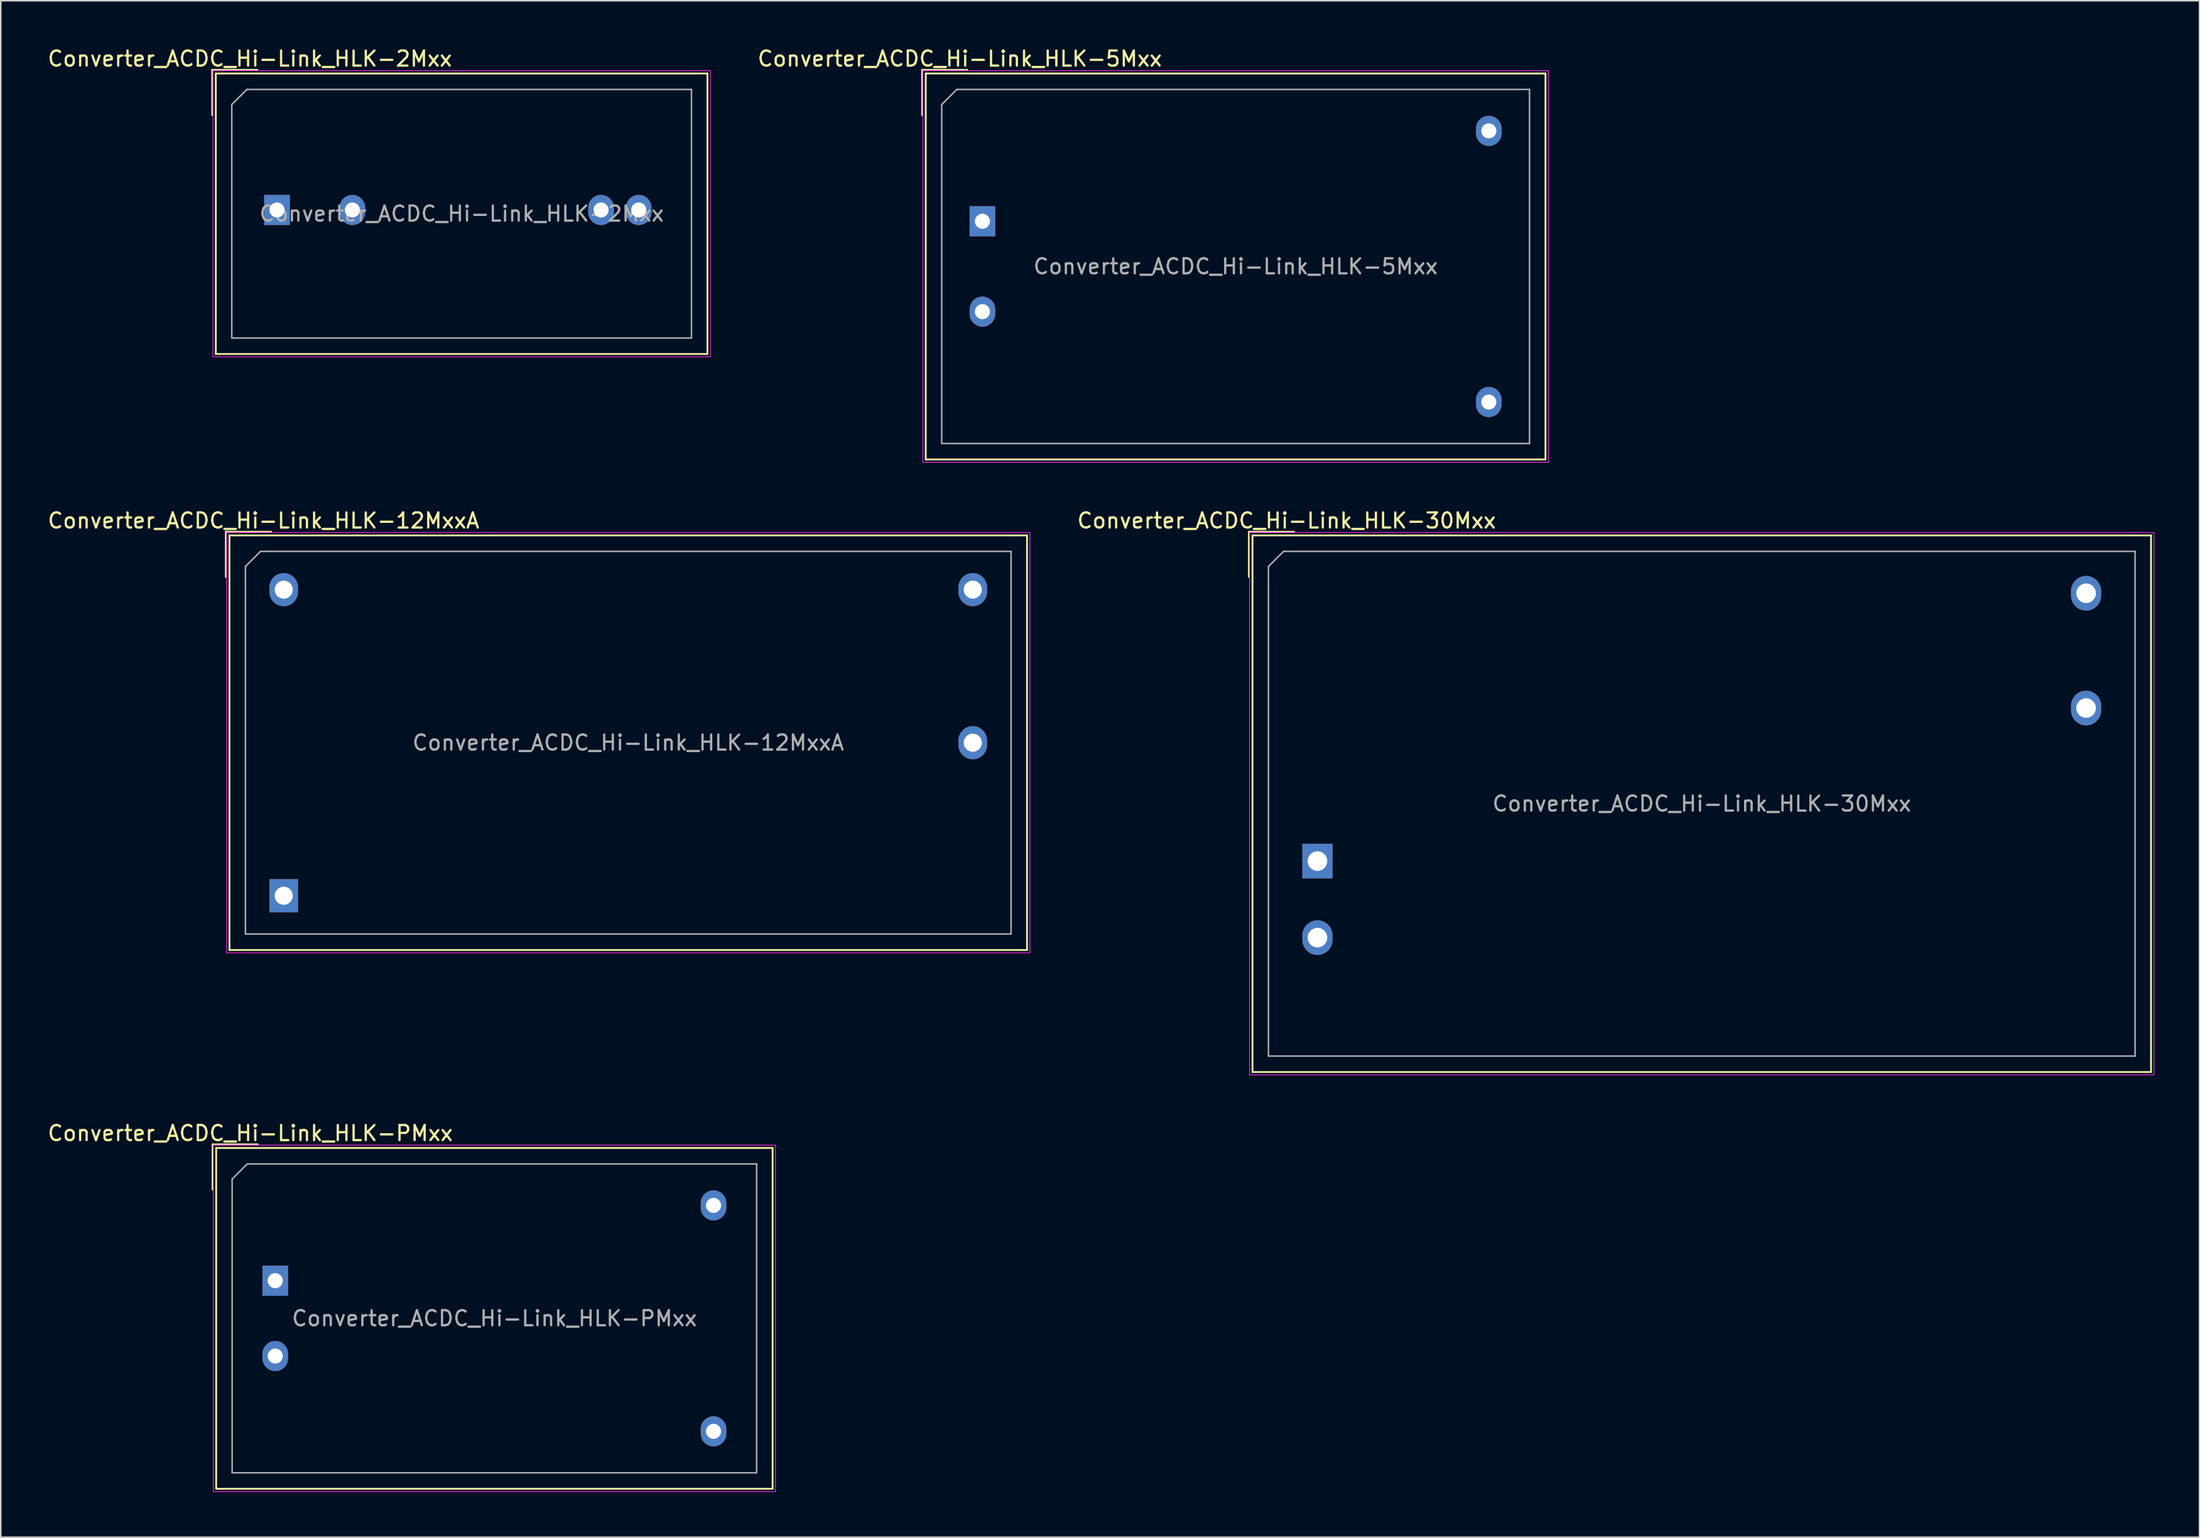
<source format=kicad_pcb>
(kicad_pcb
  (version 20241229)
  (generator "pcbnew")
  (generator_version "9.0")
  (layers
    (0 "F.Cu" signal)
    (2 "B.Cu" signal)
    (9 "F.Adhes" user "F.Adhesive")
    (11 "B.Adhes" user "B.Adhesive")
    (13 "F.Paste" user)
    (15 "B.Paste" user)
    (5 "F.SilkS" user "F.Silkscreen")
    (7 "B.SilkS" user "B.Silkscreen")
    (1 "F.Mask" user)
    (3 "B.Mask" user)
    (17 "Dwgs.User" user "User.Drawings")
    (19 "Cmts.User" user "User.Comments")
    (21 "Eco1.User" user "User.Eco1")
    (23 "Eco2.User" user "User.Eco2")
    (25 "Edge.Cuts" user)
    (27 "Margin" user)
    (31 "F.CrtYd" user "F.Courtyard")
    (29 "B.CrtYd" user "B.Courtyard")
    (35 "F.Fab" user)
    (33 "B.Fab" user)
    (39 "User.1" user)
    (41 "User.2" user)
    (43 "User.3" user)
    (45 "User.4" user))
  (footprint "Converter_ACDC_Hi-Link_HLK-12MxxA"
    (layer "F.Cu")
    (at 15.775 56.411)
    (property "Reference" "Converter_ACDC_Hi-Link_HLK-12MxxA" (at -1.34 -24.9 0) (layer "F.SilkS") (effects (font (size 1 1) (thickness 0.15))))
    (attr through_hole)
    (fp_line (start -3.84 -24.16) (end -0.84 -24.16) (stroke (width 0.12) (type solid)) (layer "F.SilkS"))
    (fp_line (start -3.84 -21.16) (end -3.84 -24.16) (stroke (width 0.12) (type solid)) (layer "F.SilkS"))
    (fp_line (start -3.6 -23.92) (end -3.6 3.6) (stroke (width 0.12) (type solid)) (layer "F.SilkS"))
    (fp_line (start -3.6 -23.92) (end 49.32 -23.92) (stroke (width 0.12) (type solid)) (layer "F.SilkS"))
    (fp_line (start -3.6 3.6) (end 49.32 3.6) (stroke (width 0.12) (type solid)) (layer "F.SilkS"))
    (fp_line (start 49.32 -23.92) (end 49.32 3.6) (stroke (width 0.12) (type solid)) (layer "F.SilkS"))
    (fp_line (start -3.79 -24.11) (end -3.79 3.79) (stroke (width 0.05) (type solid)) (layer "F.CrtYd"))
    (fp_line (start -3.79 -24.11) (end 49.51 -24.11) (stroke (width 0.05) (type solid)) (layer "F.CrtYd"))
    (fp_line (start -3.79 3.79) (end 49.51 3.79) (stroke (width 0.05) (type solid)) (layer "F.CrtYd"))
    (fp_line (start 49.51 -24.11) (end 49.51 3.79) (stroke (width 0.05) (type solid)) (layer "F.CrtYd"))
    (fp_line (start -2.54 -21.86) (end -1.54 -22.86) (stroke (width 0.1) (type solid)) (layer "F.Fab"))
    (fp_line (start -2.54 2.54) (end -2.54 -21.86) (stroke (width 0.1) (type solid)) (layer "F.Fab"))
    (fp_line (start -1.54 -22.86) (end 48.26 -22.86) (stroke (width 0.1) (type solid)) (layer "F.Fab"))
    (fp_line (start 48.26 -22.86) (end 48.26 2.54) (stroke (width 0.1) (type solid)) (layer "F.Fab"))
    (fp_line (start 48.26 2.54) (end -2.54 2.54) (stroke (width 0.1) (type solid)) (layer "F.Fab"))
    (fp_text user "${REFERENCE}" (at 22.86 -10.16 0) (layer "F.Fab") (effects (font (size 1 1) (thickness 0.15))))
    (pad "1" thru_hole rect (at 0 0) (size 1.9 2.2) (drill 1.2) (layers "*.Cu" "*.Mask"))
    (pad "2" thru_hole oval (at 0 -20.32) (size 1.9 2.2) (drill 1.2) (layers "*.Cu" "*.Mask"))
    (pad "3" thru_hole oval (at 45.72 -20.32) (size 1.9 2.2) (drill 1.2) (layers "*.Cu" "*.Mask"))
    (pad "4" thru_hole oval (at 45.72 -10.16) (size 1.9 2.2) (drill 1.2) (layers "*.Cu" "*.Mask")))
  (footprint "Converter_ACDC_Hi-Link_HLK-2Mxx"
    (layer "F.Cu")
    (at 15.33 10.888)
    (property "Reference" "Converter_ACDC_Hi-Link_HLK-2Mxx" (at -1.8 -10.04 0) (layer "F.SilkS") (effects (font (size 1 1) (thickness 0.15))))
    (attr through_hole)
    (fp_line (start -4.3 -9.3) (end -1.3 -9.3) (stroke (width 0.12) (type solid)) (layer "F.SilkS"))
    (fp_line (start -4.3 -6.3) (end -4.3 -9.3) (stroke (width 0.12) (type solid)) (layer "F.SilkS"))
    (fp_line (start -4.06 -9.06) (end -4.06 9.56) (stroke (width 0.12) (type solid)) (layer "F.SilkS"))
    (fp_line (start -4.06 -9.06) (end 28.56 -9.06) (stroke (width 0.12) (type solid)) (layer "F.SilkS"))
    (fp_line (start -4.06 9.56) (end 28.56 9.56) (stroke (width 0.12) (type solid)) (layer "F.SilkS"))
    (fp_line (start 28.56 -9.06) (end 28.56 9.56) (stroke (width 0.12) (type solid)) (layer "F.SilkS"))
    (fp_line (start -4.25 -9.25) (end -4.25 9.75) (stroke (width 0.05) (type solid)) (layer "F.CrtYd"))
    (fp_line (start -4.25 -9.25) (end 28.75 -9.25) (stroke (width 0.05) (type solid)) (layer "F.CrtYd"))
    (fp_line (start -4.25 9.75) (end 28.75 9.75) (stroke (width 0.05) (type solid)) (layer "F.CrtYd"))
    (fp_line (start 28.75 -9.25) (end 28.75 9.75) (stroke (width 0.05) (type solid)) (layer "F.CrtYd"))
    (fp_line (start -3 -7) (end -2 -8) (stroke (width 0.1) (type solid)) (layer "F.Fab"))
    (fp_line (start -3 8.5) (end -3 -7) (stroke (width 0.1) (type solid)) (layer "F.Fab"))
    (fp_line (start -2 -8) (end 27.5 -8) (stroke (width 0.1) (type solid)) (layer "F.Fab"))
    (fp_line (start 27.5 -8) (end 27.5 8.5) (stroke (width 0.1) (type solid)) (layer "F.Fab"))
    (fp_line (start 27.5 8.5) (end -3 8.5) (stroke (width 0.1) (type solid)) (layer "F.Fab"))
    (fp_text user "${REFERENCE}" (at 12.25 0.25 0) (layer "F.Fab") (effects (font (size 1 1) (thickness 0.15))))
    (pad "1" thru_hole rect (at 0 0) (size 1.7 2) (drill 1) (layers "*.Cu" "*.Mask"))
    (pad "2" thru_hole oval (at 5 0) (size 1.7 2) (drill 1) (layers "*.Cu" "*.Mask"))
    (pad "3" thru_hole oval (at 21.5 0) (size 1.7 2) (drill 1) (layers "*.Cu" "*.Mask"))
    (pad "4" thru_hole oval (at 24 0) (size 1.7 2) (drill 1) (layers "*.Cu" "*.Mask")))
  (footprint "Converter_ACDC_Hi-Link_HLK-30Mxx"
    (layer "F.Cu")
    (at 84.365 54.111)
    (property "Reference" "Converter_ACDC_Hi-Link_HLK-30Mxx" (at -2.05 -22.6 0) (layer "F.SilkS") (effects (font (size 1 1) (thickness 0.15))))
    (attr through_hole)
    (fp_line (start -4.55 -21.86) (end -1.55 -21.86) (stroke (width 0.12) (type solid)) (layer "F.SilkS"))
    (fp_line (start -4.55 -18.86) (end -4.55 -21.86) (stroke (width 0.12) (type solid)) (layer "F.SilkS"))
    (fp_line (start -4.31 -21.62) (end -4.31 14) (stroke (width 0.12) (type solid)) (layer "F.SilkS"))
    (fp_line (start -4.31 -21.62) (end 55.31 -21.62) (stroke (width 0.12) (type solid)) (layer "F.SilkS"))
    (fp_line (start -4.31 14) (end 55.31 14) (stroke (width 0.12) (type solid)) (layer "F.SilkS"))
    (fp_line (start 55.31 -21.62) (end 55.31 14) (stroke (width 0.12) (type solid)) (layer "F.SilkS"))
    (fp_line (start -4.5 -21.81) (end -4.5 14.19) (stroke (width 0.05) (type solid)) (layer "F.CrtYd"))
    (fp_line (start -4.5 -21.81) (end 55.5 -21.81) (stroke (width 0.05) (type solid)) (layer "F.CrtYd"))
    (fp_line (start -4.5 14.19) (end 55.5 14.19) (stroke (width 0.05) (type solid)) (layer "F.CrtYd"))
    (fp_line (start 55.5 -21.81) (end 55.5 14.19) (stroke (width 0.05) (type solid)) (layer "F.CrtYd"))
    (fp_line (start -3.25 -19.56) (end -2.25 -20.56) (stroke (width 0.1) (type solid)) (layer "F.Fab"))
    (fp_line (start -3.25 12.94) (end -3.25 -19.56) (stroke (width 0.1) (type solid)) (layer "F.Fab"))
    (fp_line (start -2.25 -20.56) (end 54.25 -20.56) (stroke (width 0.1) (type solid)) (layer "F.Fab"))
    (fp_line (start 54.25 -20.56) (end 54.25 12.94) (stroke (width 0.1) (type solid)) (layer "F.Fab"))
    (fp_line (start 54.25 12.94) (end -3.25 12.94) (stroke (width 0.1) (type solid)) (layer "F.Fab"))
    (fp_text user "${REFERENCE}" (at 25.5 -3.81 0) (layer "F.Fab") (effects (font (size 1 1) (thickness 0.15))))
    (pad "1" thru_hole rect (at 0 0) (size 2 2.3) (drill 1.3) (layers "*.Cu" "*.Mask"))
    (pad "2" thru_hole oval (at 0 5.08) (size 2 2.3) (drill 1.3) (layers "*.Cu" "*.Mask"))
    (pad "3" thru_hole oval (at 51 -17.78) (size 2 2.3) (drill 1.3) (layers "*.Cu" "*.Mask"))
    (pad "6" thru_hole oval (at 51 -10.16) (size 2 2.3) (drill 1.3) (layers "*.Cu" "*.Mask")))
  (footprint "Converter_ACDC_Hi-Link_HLK-PMxx"
    (layer "F.Cu")
    (at 15.214 81.965)
    (property "Reference" "Converter_ACDC_Hi-Link_HLK-PMxx" (at -1.66 -9.79 0) (layer "F.SilkS") (effects (font (size 1 1) (thickness 0.15))))
    (attr through_hole)
    (fp_line (start -4.16 -9.05) (end -1.16 -9.05) (stroke (width 0.12) (type solid)) (layer "F.SilkS"))
    (fp_line (start -4.16 -6.05) (end -4.16 -9.05) (stroke (width 0.12) (type solid)) (layer "F.SilkS"))
    (fp_line (start -3.92 -8.81) (end -3.92 13.81) (stroke (width 0.12) (type solid)) (layer "F.SilkS"))
    (fp_line (start -3.92 -8.81) (end 33 -8.81) (stroke (width 0.12) (type solid)) (layer "F.SilkS"))
    (fp_line (start -3.92 13.81) (end 33 13.81) (stroke (width 0.12) (type solid)) (layer "F.SilkS"))
    (fp_line (start 33 -8.81) (end 33 13.81) (stroke (width 0.12) (type solid)) (layer "F.SilkS"))
    (fp_line (start -4.11 -9) (end -4.11 14) (stroke (width 0.05) (type solid)) (layer "F.CrtYd"))
    (fp_line (start -4.11 -9) (end 33.19 -9) (stroke (width 0.05) (type solid)) (layer "F.CrtYd"))
    (fp_line (start -4.11 14) (end 33.19 14) (stroke (width 0.05) (type solid)) (layer "F.CrtYd"))
    (fp_line (start 33.19 -9) (end 33.19 14) (stroke (width 0.05) (type solid)) (layer "F.CrtYd"))
    (fp_line (start -2.86 -6.75) (end -1.86 -7.75) (stroke (width 0.1) (type solid)) (layer "F.Fab"))
    (fp_line (start -2.86 12.75) (end -2.86 -6.75) (stroke (width 0.1) (type solid)) (layer "F.Fab"))
    (fp_line (start -1.86 -7.75) (end 31.94 -7.75) (stroke (width 0.1) (type solid)) (layer "F.Fab"))
    (fp_line (start 31.94 -7.75) (end 31.94 12.75) (stroke (width 0.1) (type solid)) (layer "F.Fab"))
    (fp_line (start 31.94 12.75) (end -2.86 12.75) (stroke (width 0.1) (type solid)) (layer "F.Fab"))
    (fp_text user "${REFERENCE}" (at 14.54 2.5 0) (layer "F.Fab") (effects (font (size 1 1) (thickness 0.15))))
    (pad "1" thru_hole rect (at 0 0) (size 1.7 2) (drill 1) (layers "*.Cu" "*.Mask"))
    (pad "2" thru_hole oval (at 0 5) (size 1.7 2) (drill 1) (layers "*.Cu" "*.Mask"))
    (pad "3" thru_hole oval (at 29.08 -5) (size 1.7 2) (drill 1) (layers "*.Cu" "*.Mask"))
    (pad "4" thru_hole oval (at 29.08 10) (size 1.7 2) (drill 1) (layers "*.Cu" "*.Mask")))
  (footprint "Converter_ACDC_Hi-Link_HLK-5Mxx"
    (layer "F.Cu")
    (at 62.135 11.638)
    (property "Reference" "Converter_ACDC_Hi-Link_HLK-5Mxx" (at -1.5 -10.79 0) (layer "F.SilkS") (effects (font (size 1 1) (thickness 0.15))))
    (attr through_hole)
    (fp_line (start -4 -10.05) (end -1 -10.05) (stroke (width 0.12) (type solid)) (layer "F.SilkS"))
    (fp_line (start -4 -7.05) (end -4 -10.05) (stroke (width 0.12) (type solid)) (layer "F.SilkS"))
    (fp_line (start -3.76 -9.81) (end -3.76 15.81) (stroke (width 0.12) (type solid)) (layer "F.SilkS"))
    (fp_line (start -3.76 -9.81) (end 37.36 -9.81) (stroke (width 0.12) (type solid)) (layer "F.SilkS"))
    (fp_line (start -3.76 15.81) (end 37.36 15.81) (stroke (width 0.12) (type solid)) (layer "F.SilkS"))
    (fp_line (start 37.36 -9.81) (end 37.36 15.81) (stroke (width 0.12) (type solid)) (layer "F.SilkS"))
    (fp_line (start -3.95 -10) (end -3.95 16) (stroke (width 0.05) (type solid)) (layer "F.CrtYd"))
    (fp_line (start -3.95 -10) (end 37.55 -10) (stroke (width 0.05) (type solid)) (layer "F.CrtYd"))
    (fp_line (start -3.95 16) (end 37.55 16) (stroke (width 0.05) (type solid)) (layer "F.CrtYd"))
    (fp_line (start 37.55 -10) (end 37.55 16) (stroke (width 0.05) (type solid)) (layer "F.CrtYd"))
    (fp_line (start -2.7 -7.75) (end -1.7 -8.75) (stroke (width 0.1) (type solid)) (layer "F.Fab"))
    (fp_line (start -2.7 14.75) (end -2.7 -7.75) (stroke (width 0.1) (type solid)) (layer "F.Fab"))
    (fp_line (start -1.7 -8.75) (end 36.3 -8.75) (stroke (width 0.1) (type solid)) (layer "F.Fab"))
    (fp_line (start 36.3 -8.75) (end 36.3 14.75) (stroke (width 0.1) (type solid)) (layer "F.Fab"))
    (fp_line (start 36.3 14.75) (end -2.7 14.75) (stroke (width 0.1) (type solid)) (layer "F.Fab"))
    (fp_text user "${REFERENCE}" (at 16.8 3 0) (layer "F.Fab") (effects (font (size 1 1) (thickness 0.15))))
    (pad "1" thru_hole rect (at 0 0) (size 1.7 2) (drill 1) (layers "*.Cu" "*.Mask"))
    (pad "2" thru_hole oval (at 0 6) (size 1.7 2) (drill 1) (layers "*.Cu" "*.Mask"))
    (pad "3" thru_hole oval (at 33.6 -6) (size 1.7 2) (drill 1) (layers "*.Cu" "*.Mask"))
    (pad "4" thru_hole oval (at 33.6 12) (size 1.7 2) (drill 1) (layers "*.Cu" "*.Mask")))
  (gr_rect
    (start -3 -3)
    (end 142.89 98.99)
    (stroke (width 0.1) (type default))
    (fill no)
    (layer "Edge.Cuts")))
</source>
